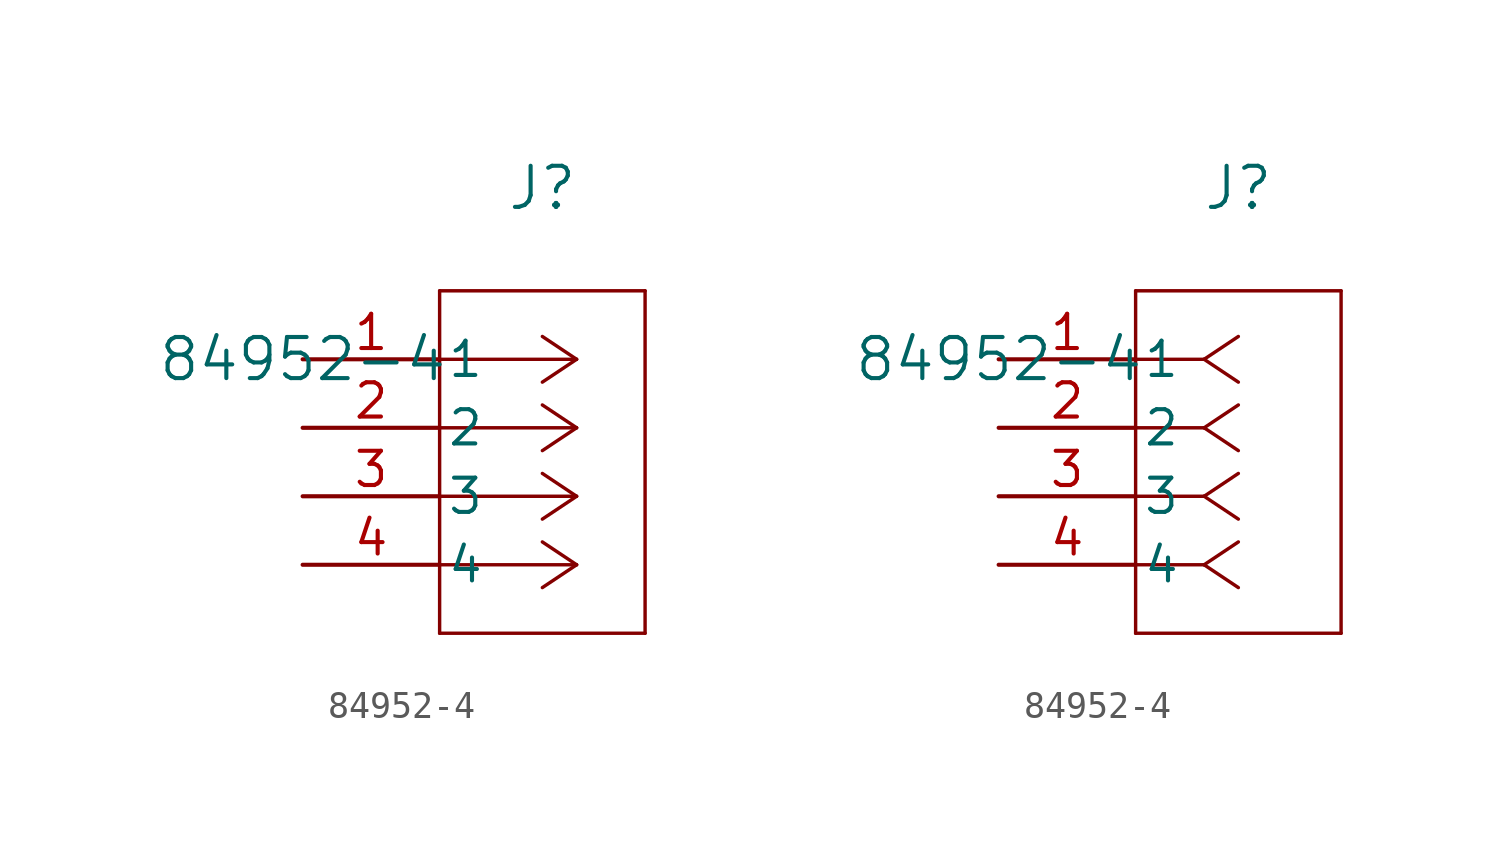
<source format=kicad_sym>
(kicad_symbol_lib
  (version 20211014)
  (generator kicad_symbol_editor)
  (symbol "84952-4"
    (pin_names
      (offset 0.254))
    (property "Reference" "J"
      (at 8.89 6.35 0)
      (effects (font (size 1.524 1.524))))
    (property "Value" "84952-4"
      (at 0 0 0)
      (effects (font (size 1.524 1.524))))
    (symbol "84952-4_1_1"
      (polyline (pts (xy 10.16 0) (xy 5.08 0)) (stroke (width 0.127) (type default) (color 0 0 0 0)) (fill (type none)))
      (polyline (pts (xy 10.16 -2.54) (xy 5.08 -2.54)) (stroke (width 0.127) (type default) (color 0 0 0 0)) (fill (type none)))
      (polyline (pts (xy 10.16 -5.08) (xy 5.08 -5.08)) (stroke (width 0.127) (type default) (color 0 0 0 0)) (fill (type none)))
      (polyline (pts (xy 10.16 -7.62) (xy 5.08 -7.62)) (stroke (width 0.127) (type default) (color 0 0 0 0)) (fill (type none)))
      (polyline (pts (xy 10.16 0) (xy 8.89 0.847)) (stroke (width 0.127) (type default) (color 0 0 0 0)) (fill (type none)))
      (polyline (pts (xy 10.16 -2.54) (xy 8.89 -1.693)) (stroke (width 0.127) (type default) (color 0 0 0 0)) (fill (type none)))
      (polyline (pts (xy 10.16 -5.08) (xy 8.89 -4.233)) (stroke (width 0.127) (type default) (color 0 0 0 0)) (fill (type none)))
      (polyline (pts (xy 10.16 -7.62) (xy 8.89 -6.773)) (stroke (width 0.127) (type default) (color 0 0 0 0)) (fill (type none)))
      (polyline (pts (xy 10.16 0) (xy 8.89 -0.847)) (stroke (width 0.127) (type default) (color 0 0 0 0)) (fill (type none)))
      (polyline (pts (xy 10.16 -2.54) (xy 8.89 -3.387)) (stroke (width 0.127) (type default) (color 0 0 0 0)) (fill (type none)))
      (polyline (pts (xy 10.16 -5.08) (xy 8.89 -5.927)) (stroke (width 0.127) (type default) (color 0 0 0 0)) (fill (type none)))
      (polyline (pts (xy 10.16 -7.62) (xy 8.89 -8.467)) (stroke (width 0.127) (type default) (color 0 0 0 0)) (fill (type none)))
      (polyline (pts (xy 5.08 2.54) (xy 5.08 -10.16)) (stroke (width 0.127) (type default) (color 0 0 0 0)) (fill (type none)))
      (polyline (pts (xy 5.08 -10.16) (xy 12.7 -10.16)) (stroke (width 0.127) (type default) (color 0 0 0 0)) (fill (type none)))
      (polyline (pts (xy 12.7 -10.16) (xy 12.7 2.54)) (stroke (width 0.127) (type default) (color 0 0 0 0)) (fill (type none)))
      (polyline (pts (xy 12.7 2.54) (xy 5.08 2.54)) (stroke (width 0.127) (type default) (color 0 0 0 0)) (fill (type none)))
      (pin unspecified line (at 0 0 0) (length 5.08) (name "1" (effects (font (size 1.27 1.27)))) (number "1" (effects (font (size 1.27 1.27)))))
      (pin unspecified line (at 0 -2.54 0) (length 5.08) (name "2" (effects (font (size 1.27 1.27)))) (number "2" (effects (font (size 1.27 1.27)))))
      (pin unspecified line (at 0 -5.08 0) (length 5.08) (name "3" (effects (font (size 1.27 1.27)))) (number "3" (effects (font (size 1.27 1.27)))))
      (pin unspecified line (at 0 -7.62 0) (length 5.08) (name "4" (effects (font (size 1.27 1.27)))) (number "4" (effects (font (size 1.27 1.27))))))
    (symbol "84952-4_1_2"
      (polyline (pts (xy 7.62 0) (xy 5.08 0)) (stroke (width 0.127) (type default) (color 0 0 0 0)) (fill (type none)))
      (polyline (pts (xy 7.62 -2.54) (xy 5.08 -2.54)) (stroke (width 0.127) (type default) (color 0 0 0 0)) (fill (type none)))
      (polyline (pts (xy 7.62 -5.08) (xy 5.08 -5.08)) (stroke (width 0.127) (type default) (color 0 0 0 0)) (fill (type none)))
      (polyline (pts (xy 7.62 -7.62) (xy 5.08 -7.62)) (stroke (width 0.127) (type default) (color 0 0 0 0)) (fill (type none)))
      (polyline (pts (xy 7.62 0) (xy 8.89 0.847)) (stroke (width 0.127) (type default) (color 0 0 0 0)) (fill (type none)))
      (polyline (pts (xy 7.62 -2.54) (xy 8.89 -1.693)) (stroke (width 0.127) (type default) (color 0 0 0 0)) (fill (type none)))
      (polyline (pts (xy 7.62 -5.08) (xy 8.89 -4.233)) (stroke (width 0.127) (type default) (color 0 0 0 0)) (fill (type none)))
      (polyline (pts (xy 7.62 -7.62) (xy 8.89 -6.773)) (stroke (width 0.127) (type default) (color 0 0 0 0)) (fill (type none)))
      (polyline (pts (xy 7.62 0) (xy 8.89 -0.847)) (stroke (width 0.127) (type default) (color 0 0 0 0)) (fill (type none)))
      (polyline (pts (xy 7.62 -2.54) (xy 8.89 -3.387)) (stroke (width 0.127) (type default) (color 0 0 0 0)) (fill (type none)))
      (polyline (pts (xy 7.62 -5.08) (xy 8.89 -5.927)) (stroke (width 0.127) (type default) (color 0 0 0 0)) (fill (type none)))
      (polyline (pts (xy 7.62 -7.62) (xy 8.89 -8.467)) (stroke (width 0.127) (type default) (color 0 0 0 0)) (fill (type none)))
      (polyline (pts (xy 5.08 2.54) (xy 5.08 -10.16)) (stroke (width 0.127) (type default) (color 0 0 0 0)) (fill (type none)))
      (polyline (pts (xy 5.08 -10.16) (xy 12.7 -10.16)) (stroke (width 0.127) (type default) (color 0 0 0 0)) (fill (type none)))
      (polyline (pts (xy 12.7 -10.16) (xy 12.7 2.54)) (stroke (width 0.127) (type default) (color 0 0 0 0)) (fill (type none)))
      (polyline (pts (xy 12.7 2.54) (xy 5.08 2.54)) (stroke (width 0.127) (type default) (color 0 0 0 0)) (fill (type none)))
      (pin unspecified line (at 0 0 0) (length 5.08) (name "1" (effects (font (size 1.27 1.27)))) (number "1" (effects (font (size 1.27 1.27)))))
      (pin unspecified line (at 0 -2.54 0) (length 5.08) (name "2" (effects (font (size 1.27 1.27)))) (number "2" (effects (font (size 1.27 1.27)))))
      (pin unspecified line (at 0 -5.08 0) (length 5.08) (name "3" (effects (font (size 1.27 1.27)))) (number "3" (effects (font (size 1.27 1.27)))))
      (pin unspecified line (at 0 -7.62 0) (length 5.08) (name "4" (effects (font (size 1.27 1.27)))) (number "4" (effects (font (size 1.27 1.27))))))))
</source>
